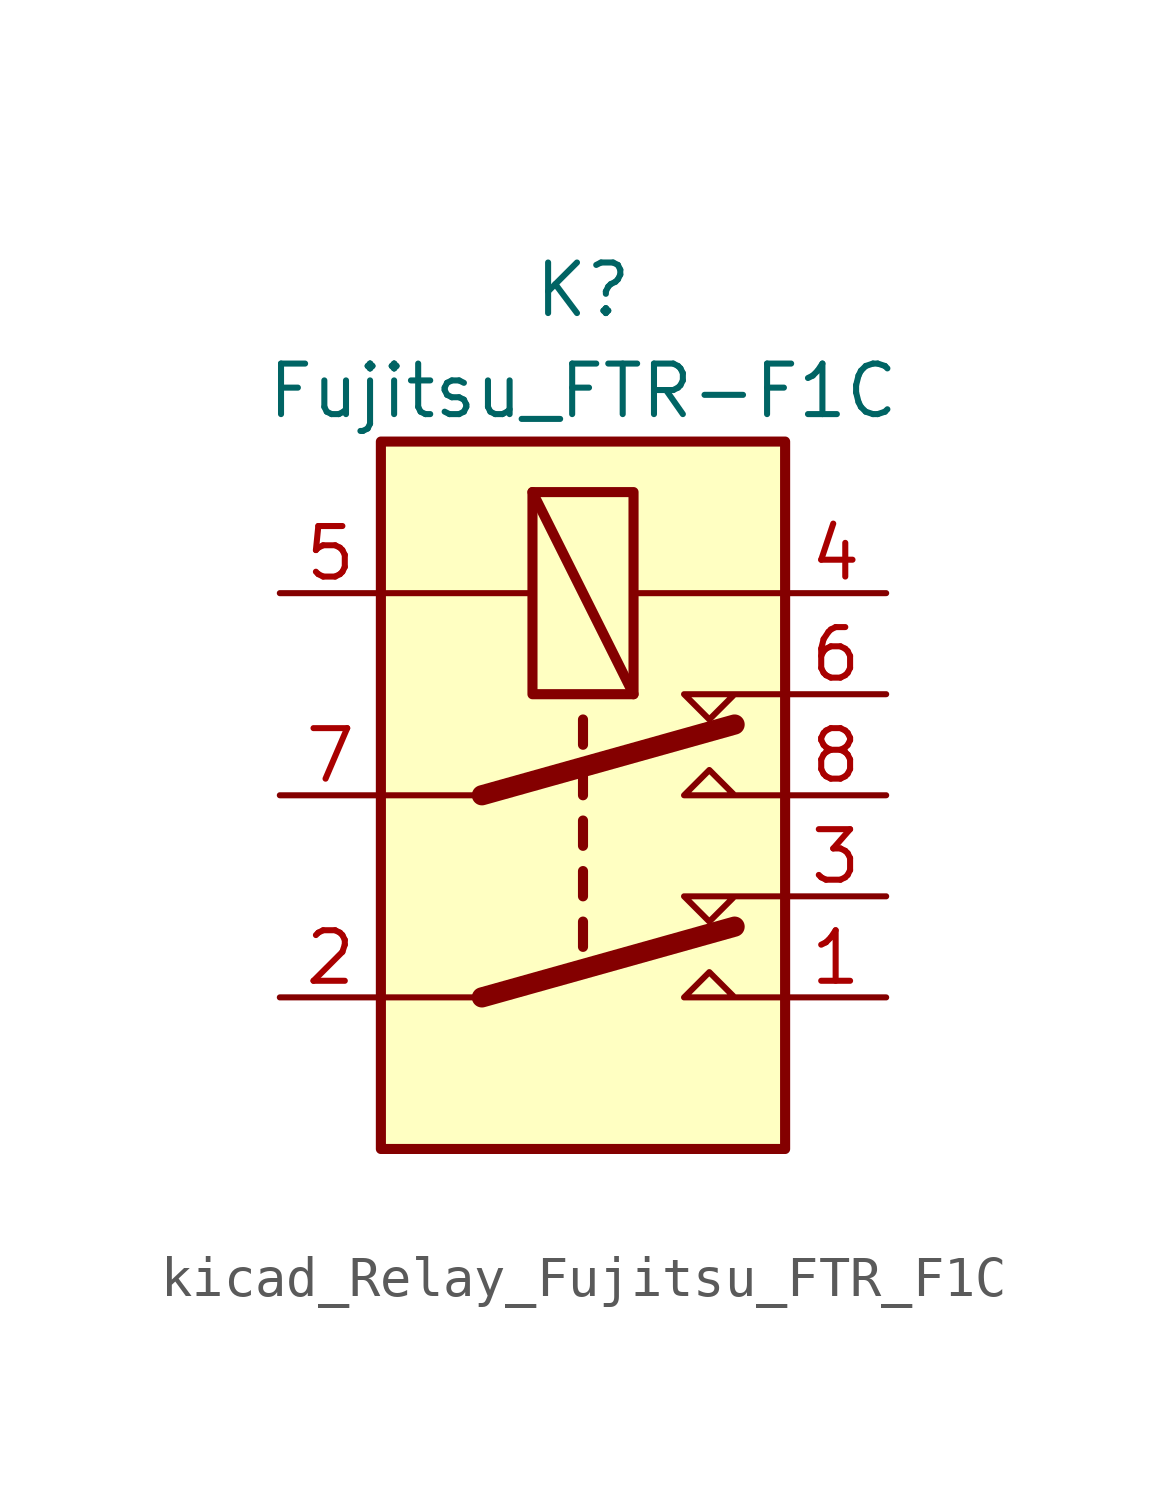
<source format=kicad_sym>
(kicad_symbol_lib
  (version 20220914)
  (generator kicad_symbol_editor)
  (symbol "kicad_Relay_Fujitsu_FTR_F1C"
    (property "Reference" "K"
      (at 0 12.7 0)
      (effects (font (size 1.27 1.27))))
    (property "Value" "Fujitsu_FTR-F1C"
      (at 0 10.16 0)
      (effects (font (size 1.27 1.27))))
    (symbol "kicad_Relay_Fujitsu_FTR_F1C_0_1"
      (rectangle (start -1.27 7.62) (end 1.27 2.54) (stroke (width 0.254) (type default)) (fill (type background)))
      (polyline (pts (xy -1.27 7.62) (xy 1.27 2.54)) (stroke (width 0.254) (type default)) (fill (type none)))
      (polyline (pts (xy 5.08 -2.54) (xy 2.54 -2.54) (xy 3.175 -3.175) (xy 3.81 -2.54)) (stroke (width 0) (type default)) (fill (type none)))
      (polyline (pts (xy 5.08 2.54) (xy 2.54 2.54) (xy 3.175 1.905) (xy 3.81 2.54)) (stroke (width 0) (type default)) (fill (type none))))
    (symbol "kicad_Relay_Fujitsu_FTR_F1C_1_1"
      (polyline (pts (xy -2.54 -5.08) (xy -5.08 -5.08)) (stroke (width 0) (type default)) (fill (type none)))
      (polyline (pts (xy -2.54 -5.08) (xy 3.81 -3.302)) (stroke (width 0.508) (type default)) (fill (type none)))
      (polyline (pts (xy -2.54 0) (xy -5.08 0)) (stroke (width 0) (type default)) (fill (type none)))
      (polyline (pts (xy -2.54 0) (xy 3.81 1.778)) (stroke (width 0.508) (type default)) (fill (type none)))
      (polyline (pts (xy 0 -3.175) (xy 0 -3.81)) (stroke (width 0.254) (type default)) (fill (type none)))
      (polyline (pts (xy 0 -1.905) (xy 0 -2.54)) (stroke (width 0.254) (type default)) (fill (type none)))
      (polyline (pts (xy 0 -0.635) (xy 0 -1.27)) (stroke (width 0.254) (type default)) (fill (type none)))
      (polyline (pts (xy 0 0.635) (xy 0 0)) (stroke (width 0.254) (type default)) (fill (type none)))
      (polyline (pts (xy 0 1.905) (xy 0 1.27)) (stroke (width 0.254) (type default)) (fill (type none)))
      (polyline (pts (xy 5.08 5.08) (xy 1.27 5.08)) (stroke (width 0) (type default)) (fill (type none)))
      (polyline (pts (xy -5.08 5.08) (xy -1.27 5.08) (xy -1.524 5.08)) (stroke (width 0) (type default)) (fill (type none)))
      (polyline (pts (xy 5.08 -5.08) (xy 2.54 -5.08) (xy 3.175 -4.445) (xy 3.81 -5.08)) (stroke (width 0) (type default)) (fill (type none)))
      (polyline (pts (xy 5.08 0) (xy 2.54 0) (xy 3.175 0.635) (xy 3.81 0)) (stroke (width 0) (type default)) (fill (type none)))
      (rectangle (start 5.08 8.89) (end -5.08 -8.89) (stroke (width 0.254) (type default)) (fill (type background)))
      (pin passive line (at 7.62 -5.08 180) (length 2.54) (name "~" (effects (font (size 1.27 1.27)))) (number "1" (effects (font (size 1.27 1.27)))))
      (pin passive line (at -7.62 -5.08 0) (length 2.54) (name "~" (effects (font (size 1.27 1.27)))) (number "2" (effects (font (size 1.27 1.27)))))
      (pin passive line (at 7.62 -2.54 180) (length 2.54) (name "~" (effects (font (size 1.27 1.27)))) (number "3" (effects (font (size 1.27 1.27)))))
      (pin passive line (at 7.62 5.08 180) (length 2.54) (name "~" (effects (font (size 1.27 1.27)))) (number "4" (effects (font (size 1.27 1.27)))))
      (pin passive line (at -7.62 5.08 0) (length 2.54) (name "~" (effects (font (size 1.27 1.27)))) (number "5" (effects (font (size 1.27 1.27)))))
      (pin passive line (at 7.62 2.54 180) (length 2.54) (name "~" (effects (font (size 1.27 1.27)))) (number "6" (effects (font (size 1.27 1.27)))))
      (pin passive line (at -7.62 0 0) (length 2.54) (name "~" (effects (font (size 1.27 1.27)))) (number "7" (effects (font (size 1.27 1.27)))))
      (pin passive line (at 7.62 0 180) (length 2.54) (name "~" (effects (font (size 1.27 1.27)))) (number "8" (effects (font (size 1.27 1.27))))))))
</source>
